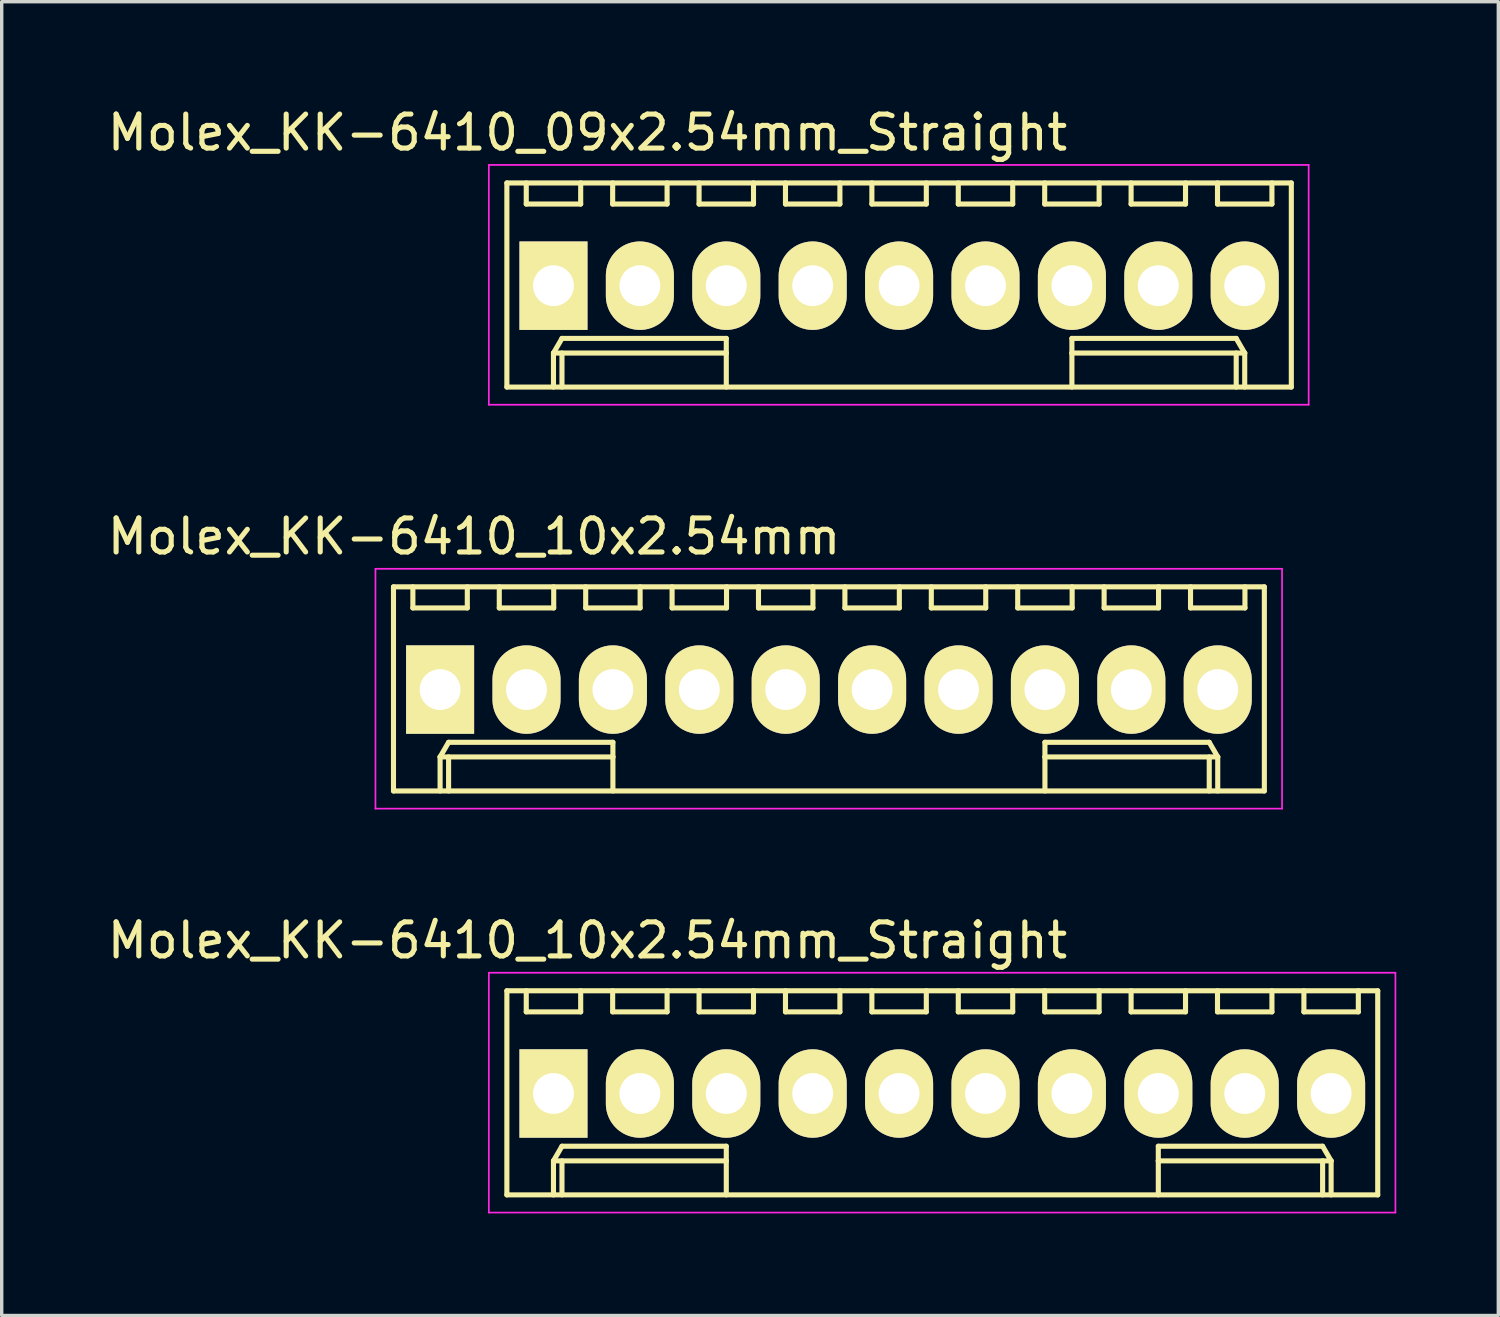
<source format=kicad_pcb>
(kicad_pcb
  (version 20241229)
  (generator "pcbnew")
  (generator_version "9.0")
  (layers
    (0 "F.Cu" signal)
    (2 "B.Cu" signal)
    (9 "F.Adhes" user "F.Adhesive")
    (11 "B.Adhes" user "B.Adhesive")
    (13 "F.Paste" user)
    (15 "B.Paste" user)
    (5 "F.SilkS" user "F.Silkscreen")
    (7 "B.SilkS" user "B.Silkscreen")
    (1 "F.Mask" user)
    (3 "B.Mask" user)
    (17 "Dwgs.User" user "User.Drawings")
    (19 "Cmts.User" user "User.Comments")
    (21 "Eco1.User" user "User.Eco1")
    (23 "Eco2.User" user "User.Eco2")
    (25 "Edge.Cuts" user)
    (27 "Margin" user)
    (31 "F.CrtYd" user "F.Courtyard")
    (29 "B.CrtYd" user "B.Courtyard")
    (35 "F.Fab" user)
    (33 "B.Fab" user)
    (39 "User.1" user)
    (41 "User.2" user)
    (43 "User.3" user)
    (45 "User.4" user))
  (footprint "Molex_KK-6410_10x2.54mm"
    (layer "F.Cu")
    (at 9.887 17.221)
    (property "Reference" "Molex_KK-6410_10x2.54mm" (at 1 -4.5 0) (layer "F.SilkS") (effects (font (size 1 1) (thickness 0.15))))
    (attr through_hole)
    (fp_line (start -1.37 -3.02) (end -1.37 2.98) (stroke (width 0.15) (type solid)) (layer "F.SilkS"))
    (fp_line (start -1.37 2.98) (end 24.23 2.98) (stroke (width 0.15) (type solid)) (layer "F.SilkS"))
    (fp_line (start -0.8 -3.02) (end -0.8 -2.4) (stroke (width 0.15) (type solid)) (layer "F.SilkS"))
    (fp_line (start -0.8 -2.4) (end 0.8 -2.4) (stroke (width 0.15) (type solid)) (layer "F.SilkS"))
    (fp_line (start 0 1.98) (end 0.25 1.55) (stroke (width 0.15) (type solid)) (layer "F.SilkS"))
    (fp_line (start 0 1.98) (end 5.08 1.98) (stroke (width 0.15) (type solid)) (layer "F.SilkS"))
    (fp_line (start 0 2.98) (end 0 1.98) (stroke (width 0.15) (type solid)) (layer "F.SilkS"))
    (fp_line (start 0.25 1.55) (end 5.08 1.55) (stroke (width 0.15) (type solid)) (layer "F.SilkS"))
    (fp_line (start 0.25 2.98) (end 0.25 1.98) (stroke (width 0.15) (type solid)) (layer "F.SilkS"))
    (fp_line (start 0.8 -2.4) (end 0.8 -3.02) (stroke (width 0.15) (type solid)) (layer "F.SilkS"))
    (fp_line (start 1.74 -3.02) (end 1.74 -2.4) (stroke (width 0.15) (type solid)) (layer "F.SilkS"))
    (fp_line (start 1.74 -2.4) (end 3.34 -2.4) (stroke (width 0.15) (type solid)) (layer "F.SilkS"))
    (fp_line (start 3.34 -2.4) (end 3.34 -3.02) (stroke (width 0.15) (type solid)) (layer "F.SilkS"))
    (fp_line (start 4.28 -3.02) (end 4.28 -2.4) (stroke (width 0.15) (type solid)) (layer "F.SilkS"))
    (fp_line (start 4.28 -2.4) (end 5.88 -2.4) (stroke (width 0.15) (type solid)) (layer "F.SilkS"))
    (fp_line (start 5.08 1.55) (end 5.08 1.98) (stroke (width 0.15) (type solid)) (layer "F.SilkS"))
    (fp_line (start 5.08 1.98) (end 5.08 2.98) (stroke (width 0.15) (type solid)) (layer "F.SilkS"))
    (fp_line (start 5.88 -2.4) (end 5.88 -3.02) (stroke (width 0.15) (type solid)) (layer "F.SilkS"))
    (fp_line (start 6.82 -3.02) (end 6.82 -2.4) (stroke (width 0.15) (type solid)) (layer "F.SilkS"))
    (fp_line (start 6.82 -2.4) (end 8.42 -2.4) (stroke (width 0.15) (type solid)) (layer "F.SilkS"))
    (fp_line (start 8.42 -2.4) (end 8.42 -3.02) (stroke (width 0.15) (type solid)) (layer "F.SilkS"))
    (fp_line (start 9.36 -3.02) (end 9.36 -2.4) (stroke (width 0.15) (type solid)) (layer "F.SilkS"))
    (fp_line (start 9.36 -2.4) (end 10.96 -2.4) (stroke (width 0.15) (type solid)) (layer "F.SilkS"))
    (fp_line (start 10.96 -2.4) (end 10.96 -3.02) (stroke (width 0.15) (type solid)) (layer "F.SilkS"))
    (fp_line (start 11.9 -3.02) (end 11.9 -2.4) (stroke (width 0.15) (type solid)) (layer "F.SilkS"))
    (fp_line (start 11.9 -2.4) (end 13.5 -2.4) (stroke (width 0.15) (type solid)) (layer "F.SilkS"))
    (fp_line (start 13.5 -2.4) (end 13.5 -3.02) (stroke (width 0.15) (type solid)) (layer "F.SilkS"))
    (fp_line (start 14.44 -3.02) (end 14.44 -2.4) (stroke (width 0.15) (type solid)) (layer "F.SilkS"))
    (fp_line (start 14.44 -2.4) (end 16.04 -2.4) (stroke (width 0.15) (type solid)) (layer "F.SilkS"))
    (fp_line (start 16.04 -2.4) (end 16.04 -3.02) (stroke (width 0.15) (type solid)) (layer "F.SilkS"))
    (fp_line (start 16.98 -3.02) (end 16.98 -2.4) (stroke (width 0.15) (type solid)) (layer "F.SilkS"))
    (fp_line (start 16.98 -2.4) (end 18.58 -2.4) (stroke (width 0.15) (type solid)) (layer "F.SilkS"))
    (fp_line (start 17.78 1.55) (end 17.78 1.98) (stroke (width 0.15) (type solid)) (layer "F.SilkS"))
    (fp_line (start 17.78 1.98) (end 17.78 2.98) (stroke (width 0.15) (type solid)) (layer "F.SilkS"))
    (fp_line (start 18.58 -2.4) (end 18.58 -3.02) (stroke (width 0.15) (type solid)) (layer "F.SilkS"))
    (fp_line (start 19.52 -3.02) (end 19.52 -2.4) (stroke (width 0.15) (type solid)) (layer "F.SilkS"))
    (fp_line (start 19.52 -2.4) (end 21.12 -2.4) (stroke (width 0.15) (type solid)) (layer "F.SilkS"))
    (fp_line (start 21.12 -2.4) (end 21.12 -3.02) (stroke (width 0.15) (type solid)) (layer "F.SilkS"))
    (fp_line (start 22.06 -3.02) (end 22.06 -2.4) (stroke (width 0.15) (type solid)) (layer "F.SilkS"))
    (fp_line (start 22.06 -2.4) (end 23.66 -2.4) (stroke (width 0.15) (type solid)) (layer "F.SilkS"))
    (fp_line (start 22.61 1.55) (end 17.78 1.55) (stroke (width 0.15) (type solid)) (layer "F.SilkS"))
    (fp_line (start 22.61 2.98) (end 22.61 1.98) (stroke (width 0.15) (type solid)) (layer "F.SilkS"))
    (fp_line (start 22.86 1.98) (end 17.78 1.98) (stroke (width 0.15) (type solid)) (layer "F.SilkS"))
    (fp_line (start 22.86 1.98) (end 22.61 1.55) (stroke (width 0.15) (type solid)) (layer "F.SilkS"))
    (fp_line (start 22.86 2.98) (end 22.86 1.98) (stroke (width 0.15) (type solid)) (layer "F.SilkS"))
    (fp_line (start 23.66 -2.4) (end 23.66 -3.02) (stroke (width 0.15) (type solid)) (layer "F.SilkS"))
    (fp_line (start 24.23 -3.02) (end -1.37 -3.02) (stroke (width 0.15) (type solid)) (layer "F.SilkS"))
    (fp_line (start 24.23 2.98) (end 24.23 -3.02) (stroke (width 0.15) (type solid)) (layer "F.SilkS"))
    (fp_line (start -1.9 -3.55) (end 24.75 -3.55) (stroke (width 0.05) (type solid)) (layer "F.CrtYd"))
    (fp_line (start -1.9 3.5) (end -1.9 -3.55) (stroke (width 0.05) (type solid)) (layer "F.CrtYd"))
    (fp_line (start 24.75 -3.55) (end 24.75 3.5) (stroke (width 0.05) (type solid)) (layer "F.CrtYd"))
    (fp_line (start 24.75 3.5) (end -1.9 3.5) (stroke (width 0.05) (type solid)) (layer "F.CrtYd"))
    (pad "1" thru_hole rect (at 0 0) (size 2 2.6) (drill 1.2) (layers "*.Cu" "*.Mask" "F.SilkS"))
    (pad "2" thru_hole oval (at 2.54 0) (size 2 2.6) (drill 1.2) (layers "*.Cu" "*.Mask" "F.SilkS"))
    (pad "3" thru_hole oval (at 5.08 0) (size 2 2.6) (drill 1.2) (layers "*.Cu" "*.Mask" "F.SilkS"))
    (pad "4" thru_hole oval (at 7.62 0) (size 2 2.6) (drill 1.2) (layers "*.Cu" "*.Mask" "F.SilkS"))
    (pad "5" thru_hole oval (at 10.16 0) (size 2 2.6) (drill 1.2) (layers "*.Cu" "*.Mask" "F.SilkS"))
    (pad "6" thru_hole oval (at 12.7 0) (size 2 2.6) (drill 1.2) (layers "*.Cu" "*.Mask" "F.SilkS"))
    (pad "7" thru_hole oval (at 15.24 0) (size 2 2.6) (drill 1.2) (layers "*.Cu" "*.Mask" "F.SilkS"))
    (pad "8" thru_hole oval (at 17.78 0) (size 2 2.6) (drill 1.2) (layers "*.Cu" "*.Mask" "F.SilkS"))
    (pad "9" thru_hole oval (at 20.32 0) (size 2 2.6) (drill 1.2) (layers "*.Cu" "*.Mask" "F.SilkS"))
    (pad "10" thru_hole oval (at 22.86 0) (size 2 2.6) (drill 1.2) (layers "*.Cu" "*.Mask" "F.SilkS")))
  (footprint "Molex_KK-6410_10x2.54mm_Straight"
    (layer "F.Cu")
    (at 13.22 29.095)
    (property "Reference" "Molex_KK-6410_10x2.54mm_Straight" (at 1 -4.5 0) (layer "F.SilkS") (effects (font (size 1 1) (thickness 0.15))))
    (attr through_hole)
    (fp_line (start -1.37 -3.02) (end -1.37 2.98) (stroke (width 0.15) (type solid)) (layer "F.SilkS"))
    (fp_line (start -1.37 2.98) (end 24.23 2.98) (stroke (width 0.15) (type solid)) (layer "F.SilkS"))
    (fp_line (start -0.8 -3.02) (end -0.8 -2.4) (stroke (width 0.15) (type solid)) (layer "F.SilkS"))
    (fp_line (start -0.8 -2.4) (end 0.8 -2.4) (stroke (width 0.15) (type solid)) (layer "F.SilkS"))
    (fp_line (start 0 1.98) (end 0.25 1.55) (stroke (width 0.15) (type solid)) (layer "F.SilkS"))
    (fp_line (start 0 1.98) (end 5.08 1.98) (stroke (width 0.15) (type solid)) (layer "F.SilkS"))
    (fp_line (start 0 2.98) (end 0 1.98) (stroke (width 0.15) (type solid)) (layer "F.SilkS"))
    (fp_line (start 0.25 1.55) (end 5.08 1.55) (stroke (width 0.15) (type solid)) (layer "F.SilkS"))
    (fp_line (start 0.25 2.98) (end 0.25 1.98) (stroke (width 0.15) (type solid)) (layer "F.SilkS"))
    (fp_line (start 0.8 -2.4) (end 0.8 -3.02) (stroke (width 0.15) (type solid)) (layer "F.SilkS"))
    (fp_line (start 1.74 -3.02) (end 1.74 -2.4) (stroke (width 0.15) (type solid)) (layer "F.SilkS"))
    (fp_line (start 1.74 -2.4) (end 3.34 -2.4) (stroke (width 0.15) (type solid)) (layer "F.SilkS"))
    (fp_line (start 3.34 -2.4) (end 3.34 -3.02) (stroke (width 0.15) (type solid)) (layer "F.SilkS"))
    (fp_line (start 4.28 -3.02) (end 4.28 -2.4) (stroke (width 0.15) (type solid)) (layer "F.SilkS"))
    (fp_line (start 4.28 -2.4) (end 5.88 -2.4) (stroke (width 0.15) (type solid)) (layer "F.SilkS"))
    (fp_line (start 5.08 1.55) (end 5.08 1.98) (stroke (width 0.15) (type solid)) (layer "F.SilkS"))
    (fp_line (start 5.08 1.98) (end 5.08 2.98) (stroke (width 0.15) (type solid)) (layer "F.SilkS"))
    (fp_line (start 5.88 -2.4) (end 5.88 -3.02) (stroke (width 0.15) (type solid)) (layer "F.SilkS"))
    (fp_line (start 6.82 -3.02) (end 6.82 -2.4) (stroke (width 0.15) (type solid)) (layer "F.SilkS"))
    (fp_line (start 6.82 -2.4) (end 8.42 -2.4) (stroke (width 0.15) (type solid)) (layer "F.SilkS"))
    (fp_line (start 8.42 -2.4) (end 8.42 -3.02) (stroke (width 0.15) (type solid)) (layer "F.SilkS"))
    (fp_line (start 9.36 -3.02) (end 9.36 -2.4) (stroke (width 0.15) (type solid)) (layer "F.SilkS"))
    (fp_line (start 9.36 -2.4) (end 10.96 -2.4) (stroke (width 0.15) (type solid)) (layer "F.SilkS"))
    (fp_line (start 10.96 -2.4) (end 10.96 -3.02) (stroke (width 0.15) (type solid)) (layer "F.SilkS"))
    (fp_line (start 11.9 -3.02) (end 11.9 -2.4) (stroke (width 0.15) (type solid)) (layer "F.SilkS"))
    (fp_line (start 11.9 -2.4) (end 13.5 -2.4) (stroke (width 0.15) (type solid)) (layer "F.SilkS"))
    (fp_line (start 13.5 -2.4) (end 13.5 -3.02) (stroke (width 0.15) (type solid)) (layer "F.SilkS"))
    (fp_line (start 14.44 -3.02) (end 14.44 -2.4) (stroke (width 0.15) (type solid)) (layer "F.SilkS"))
    (fp_line (start 14.44 -2.4) (end 16.04 -2.4) (stroke (width 0.15) (type solid)) (layer "F.SilkS"))
    (fp_line (start 16.04 -2.4) (end 16.04 -3.02) (stroke (width 0.15) (type solid)) (layer "F.SilkS"))
    (fp_line (start 16.98 -3.02) (end 16.98 -2.4) (stroke (width 0.15) (type solid)) (layer "F.SilkS"))
    (fp_line (start 16.98 -2.4) (end 18.58 -2.4) (stroke (width 0.15) (type solid)) (layer "F.SilkS"))
    (fp_line (start 17.78 1.55) (end 17.78 1.98) (stroke (width 0.15) (type solid)) (layer "F.SilkS"))
    (fp_line (start 17.78 1.98) (end 17.78 2.98) (stroke (width 0.15) (type solid)) (layer "F.SilkS"))
    (fp_line (start 18.58 -2.4) (end 18.58 -3.02) (stroke (width 0.15) (type solid)) (layer "F.SilkS"))
    (fp_line (start 19.52 -3.02) (end 19.52 -2.4) (stroke (width 0.15) (type solid)) (layer "F.SilkS"))
    (fp_line (start 19.52 -2.4) (end 21.12 -2.4) (stroke (width 0.15) (type solid)) (layer "F.SilkS"))
    (fp_line (start 21.12 -2.4) (end 21.12 -3.02) (stroke (width 0.15) (type solid)) (layer "F.SilkS"))
    (fp_line (start 22.06 -3.02) (end 22.06 -2.4) (stroke (width 0.15) (type solid)) (layer "F.SilkS"))
    (fp_line (start 22.06 -2.4) (end 23.66 -2.4) (stroke (width 0.15) (type solid)) (layer "F.SilkS"))
    (fp_line (start 22.61 1.55) (end 17.78 1.55) (stroke (width 0.15) (type solid)) (layer "F.SilkS"))
    (fp_line (start 22.61 2.98) (end 22.61 1.98) (stroke (width 0.15) (type solid)) (layer "F.SilkS"))
    (fp_line (start 22.86 1.98) (end 17.78 1.98) (stroke (width 0.15) (type solid)) (layer "F.SilkS"))
    (fp_line (start 22.86 1.98) (end 22.61 1.55) (stroke (width 0.15) (type solid)) (layer "F.SilkS"))
    (fp_line (start 22.86 2.98) (end 22.86 1.98) (stroke (width 0.15) (type solid)) (layer "F.SilkS"))
    (fp_line (start 23.66 -2.4) (end 23.66 -3.02) (stroke (width 0.15) (type solid)) (layer "F.SilkS"))
    (fp_line (start 24.23 -3.02) (end -1.37 -3.02) (stroke (width 0.15) (type solid)) (layer "F.SilkS"))
    (fp_line (start 24.23 2.98) (end 24.23 -3.02) (stroke (width 0.15) (type solid)) (layer "F.SilkS"))
    (fp_line (start -1.9 -3.55) (end 24.75 -3.55) (stroke (width 0.05) (type solid)) (layer "F.CrtYd"))
    (fp_line (start -1.9 3.5) (end -1.9 -3.55) (stroke (width 0.05) (type solid)) (layer "F.CrtYd"))
    (fp_line (start 24.75 -3.55) (end 24.75 3.5) (stroke (width 0.05) (type solid)) (layer "F.CrtYd"))
    (fp_line (start 24.75 3.5) (end -1.9 3.5) (stroke (width 0.05) (type solid)) (layer "F.CrtYd"))
    (pad "1" thru_hole rect (at 0 0) (size 2 2.6) (drill 1.2) (layers "*.Cu" "*.Mask" "F.SilkS"))
    (pad "2" thru_hole oval (at 2.54 0) (size 2 2.6) (drill 1.2) (layers "*.Cu" "*.Mask" "F.SilkS"))
    (pad "3" thru_hole oval (at 5.08 0) (size 2 2.6) (drill 1.2) (layers "*.Cu" "*.Mask" "F.SilkS"))
    (pad "4" thru_hole oval (at 7.62 0) (size 2 2.6) (drill 1.2) (layers "*.Cu" "*.Mask" "F.SilkS"))
    (pad "5" thru_hole oval (at 10.16 0) (size 2 2.6) (drill 1.2) (layers "*.Cu" "*.Mask" "F.SilkS"))
    (pad "6" thru_hole oval (at 12.7 0) (size 2 2.6) (drill 1.2) (layers "*.Cu" "*.Mask" "F.SilkS"))
    (pad "7" thru_hole oval (at 15.24 0) (size 2 2.6) (drill 1.2) (layers "*.Cu" "*.Mask" "F.SilkS"))
    (pad "8" thru_hole oval (at 17.78 0) (size 2 2.6) (drill 1.2) (layers "*.Cu" "*.Mask" "F.SilkS"))
    (pad "9" thru_hole oval (at 20.32 0) (size 2 2.6) (drill 1.2) (layers "*.Cu" "*.Mask" "F.SilkS"))
    (pad "10" thru_hole oval (at 22.86 0) (size 2 2.6) (drill 1.2) (layers "*.Cu" "*.Mask" "F.SilkS")))
  (footprint "Molex_KK-6410_09x2.54mm_Straight"
    (layer "F.Cu")
    (at 13.22 5.348)
    (property "Reference" "Molex_KK-6410_09x2.54mm_Straight" (at 1 -4.5 0) (layer "F.SilkS") (effects (font (size 1 1) (thickness 0.15))))
    (attr through_hole)
    (fp_line (start -1.37 -3.02) (end -1.37 2.98) (stroke (width 0.15) (type solid)) (layer "F.SilkS"))
    (fp_line (start -1.37 2.98) (end 21.69 2.98) (stroke (width 0.15) (type solid)) (layer "F.SilkS"))
    (fp_line (start -0.8 -3.02) (end -0.8 -2.4) (stroke (width 0.15) (type solid)) (layer "F.SilkS"))
    (fp_line (start -0.8 -2.4) (end 0.8 -2.4) (stroke (width 0.15) (type solid)) (layer "F.SilkS"))
    (fp_line (start 0 1.98) (end 0.25 1.55) (stroke (width 0.15) (type solid)) (layer "F.SilkS"))
    (fp_line (start 0 1.98) (end 5.08 1.98) (stroke (width 0.15) (type solid)) (layer "F.SilkS"))
    (fp_line (start 0 2.98) (end 0 1.98) (stroke (width 0.15) (type solid)) (layer "F.SilkS"))
    (fp_line (start 0.25 1.55) (end 5.08 1.55) (stroke (width 0.15) (type solid)) (layer "F.SilkS"))
    (fp_line (start 0.25 2.98) (end 0.25 1.98) (stroke (width 0.15) (type solid)) (layer "F.SilkS"))
    (fp_line (start 0.8 -2.4) (end 0.8 -3.02) (stroke (width 0.15) (type solid)) (layer "F.SilkS"))
    (fp_line (start 1.74 -3.02) (end 1.74 -2.4) (stroke (width 0.15) (type solid)) (layer "F.SilkS"))
    (fp_line (start 1.74 -2.4) (end 3.34 -2.4) (stroke (width 0.15) (type solid)) (layer "F.SilkS"))
    (fp_line (start 3.34 -2.4) (end 3.34 -3.02) (stroke (width 0.15) (type solid)) (layer "F.SilkS"))
    (fp_line (start 4.28 -3.02) (end 4.28 -2.4) (stroke (width 0.15) (type solid)) (layer "F.SilkS"))
    (fp_line (start 4.28 -2.4) (end 5.88 -2.4) (stroke (width 0.15) (type solid)) (layer "F.SilkS"))
    (fp_line (start 5.08 1.55) (end 5.08 1.98) (stroke (width 0.15) (type solid)) (layer "F.SilkS"))
    (fp_line (start 5.08 1.98) (end 5.08 2.98) (stroke (width 0.15) (type solid)) (layer "F.SilkS"))
    (fp_line (start 5.88 -2.4) (end 5.88 -3.02) (stroke (width 0.15) (type solid)) (layer "F.SilkS"))
    (fp_line (start 6.82 -3.02) (end 6.82 -2.4) (stroke (width 0.15) (type solid)) (layer "F.SilkS"))
    (fp_line (start 6.82 -2.4) (end 8.42 -2.4) (stroke (width 0.15) (type solid)) (layer "F.SilkS"))
    (fp_line (start 8.42 -2.4) (end 8.42 -3.02) (stroke (width 0.15) (type solid)) (layer "F.SilkS"))
    (fp_line (start 9.36 -3.02) (end 9.36 -2.4) (stroke (width 0.15) (type solid)) (layer "F.SilkS"))
    (fp_line (start 9.36 -2.4) (end 10.96 -2.4) (stroke (width 0.15) (type solid)) (layer "F.SilkS"))
    (fp_line (start 10.96 -2.4) (end 10.96 -3.02) (stroke (width 0.15) (type solid)) (layer "F.SilkS"))
    (fp_line (start 11.9 -3.02) (end 11.9 -2.4) (stroke (width 0.15) (type solid)) (layer "F.SilkS"))
    (fp_line (start 11.9 -2.4) (end 13.5 -2.4) (stroke (width 0.15) (type solid)) (layer "F.SilkS"))
    (fp_line (start 13.5 -2.4) (end 13.5 -3.02) (stroke (width 0.15) (type solid)) (layer "F.SilkS"))
    (fp_line (start 14.44 -3.02) (end 14.44 -2.4) (stroke (width 0.15) (type solid)) (layer "F.SilkS"))
    (fp_line (start 14.44 -2.4) (end 16.04 -2.4) (stroke (width 0.15) (type solid)) (layer "F.SilkS"))
    (fp_line (start 15.24 1.55) (end 15.24 1.98) (stroke (width 0.15) (type solid)) (layer "F.SilkS"))
    (fp_line (start 15.24 1.98) (end 15.24 2.98) (stroke (width 0.15) (type solid)) (layer "F.SilkS"))
    (fp_line (start 16.04 -2.4) (end 16.04 -3.02) (stroke (width 0.15) (type solid)) (layer "F.SilkS"))
    (fp_line (start 16.98 -3.02) (end 16.98 -2.4) (stroke (width 0.15) (type solid)) (layer "F.SilkS"))
    (fp_line (start 16.98 -2.4) (end 18.58 -2.4) (stroke (width 0.15) (type solid)) (layer "F.SilkS"))
    (fp_line (start 18.58 -2.4) (end 18.58 -3.02) (stroke (width 0.15) (type solid)) (layer "F.SilkS"))
    (fp_line (start 19.52 -3.02) (end 19.52 -2.4) (stroke (width 0.15) (type solid)) (layer "F.SilkS"))
    (fp_line (start 19.52 -2.4) (end 21.12 -2.4) (stroke (width 0.15) (type solid)) (layer "F.SilkS"))
    (fp_line (start 20.07 1.55) (end 15.24 1.55) (stroke (width 0.15) (type solid)) (layer "F.SilkS"))
    (fp_line (start 20.07 2.98) (end 20.07 1.98) (stroke (width 0.15) (type solid)) (layer "F.SilkS"))
    (fp_line (start 20.32 1.98) (end 15.24 1.98) (stroke (width 0.15) (type solid)) (layer "F.SilkS"))
    (fp_line (start 20.32 1.98) (end 20.07 1.55) (stroke (width 0.15) (type solid)) (layer "F.SilkS"))
    (fp_line (start 20.32 2.98) (end 20.32 1.98) (stroke (width 0.15) (type solid)) (layer "F.SilkS"))
    (fp_line (start 21.12 -2.4) (end 21.12 -3.02) (stroke (width 0.15) (type solid)) (layer "F.SilkS"))
    (fp_line (start 21.69 -3.02) (end -1.37 -3.02) (stroke (width 0.15) (type solid)) (layer "F.SilkS"))
    (fp_line (start 21.69 2.98) (end 21.69 -3.02) (stroke (width 0.15) (type solid)) (layer "F.SilkS"))
    (fp_line (start -1.9 -3.55) (end 22.2 -3.55) (stroke (width 0.05) (type solid)) (layer "F.CrtYd"))
    (fp_line (start -1.9 3.5) (end -1.9 -3.55) (stroke (width 0.05) (type solid)) (layer "F.CrtYd"))
    (fp_line (start 22.2 -3.55) (end 22.2 3.5) (stroke (width 0.05) (type solid)) (layer "F.CrtYd"))
    (fp_line (start 22.2 3.5) (end -1.9 3.5) (stroke (width 0.05) (type solid)) (layer "F.CrtYd"))
    (pad "1" thru_hole rect (at 0 0) (size 2 2.6) (drill 1.2) (layers "*.Cu" "*.Mask" "F.SilkS"))
    (pad "2" thru_hole oval (at 2.54 0) (size 2 2.6) (drill 1.2) (layers "*.Cu" "*.Mask" "F.SilkS"))
    (pad "3" thru_hole oval (at 5.08 0) (size 2 2.6) (drill 1.2) (layers "*.Cu" "*.Mask" "F.SilkS"))
    (pad "4" thru_hole oval (at 7.62 0) (size 2 2.6) (drill 1.2) (layers "*.Cu" "*.Mask" "F.SilkS"))
    (pad "5" thru_hole oval (at 10.16 0) (size 2 2.6) (drill 1.2) (layers "*.Cu" "*.Mask" "F.SilkS"))
    (pad "6" thru_hole oval (at 12.7 0) (size 2 2.6) (drill 1.2) (layers "*.Cu" "*.Mask" "F.SilkS"))
    (pad "7" thru_hole oval (at 15.24 0) (size 2 2.6) (drill 1.2) (layers "*.Cu" "*.Mask" "F.SilkS"))
    (pad "8" thru_hole oval (at 17.78 0) (size 2 2.6) (drill 1.2) (layers "*.Cu" "*.Mask" "F.SilkS"))
    (pad "9" thru_hole oval (at 20.32 0) (size 2 2.6) (drill 1.2) (layers "*.Cu" "*.Mask" "F.SilkS")))
  (gr_rect
    (start -3 -3)
    (end 40.995 35.62)
    (stroke (width 0.1) (type default))
    (fill no)
    (layer "Edge.Cuts")))
</source>
